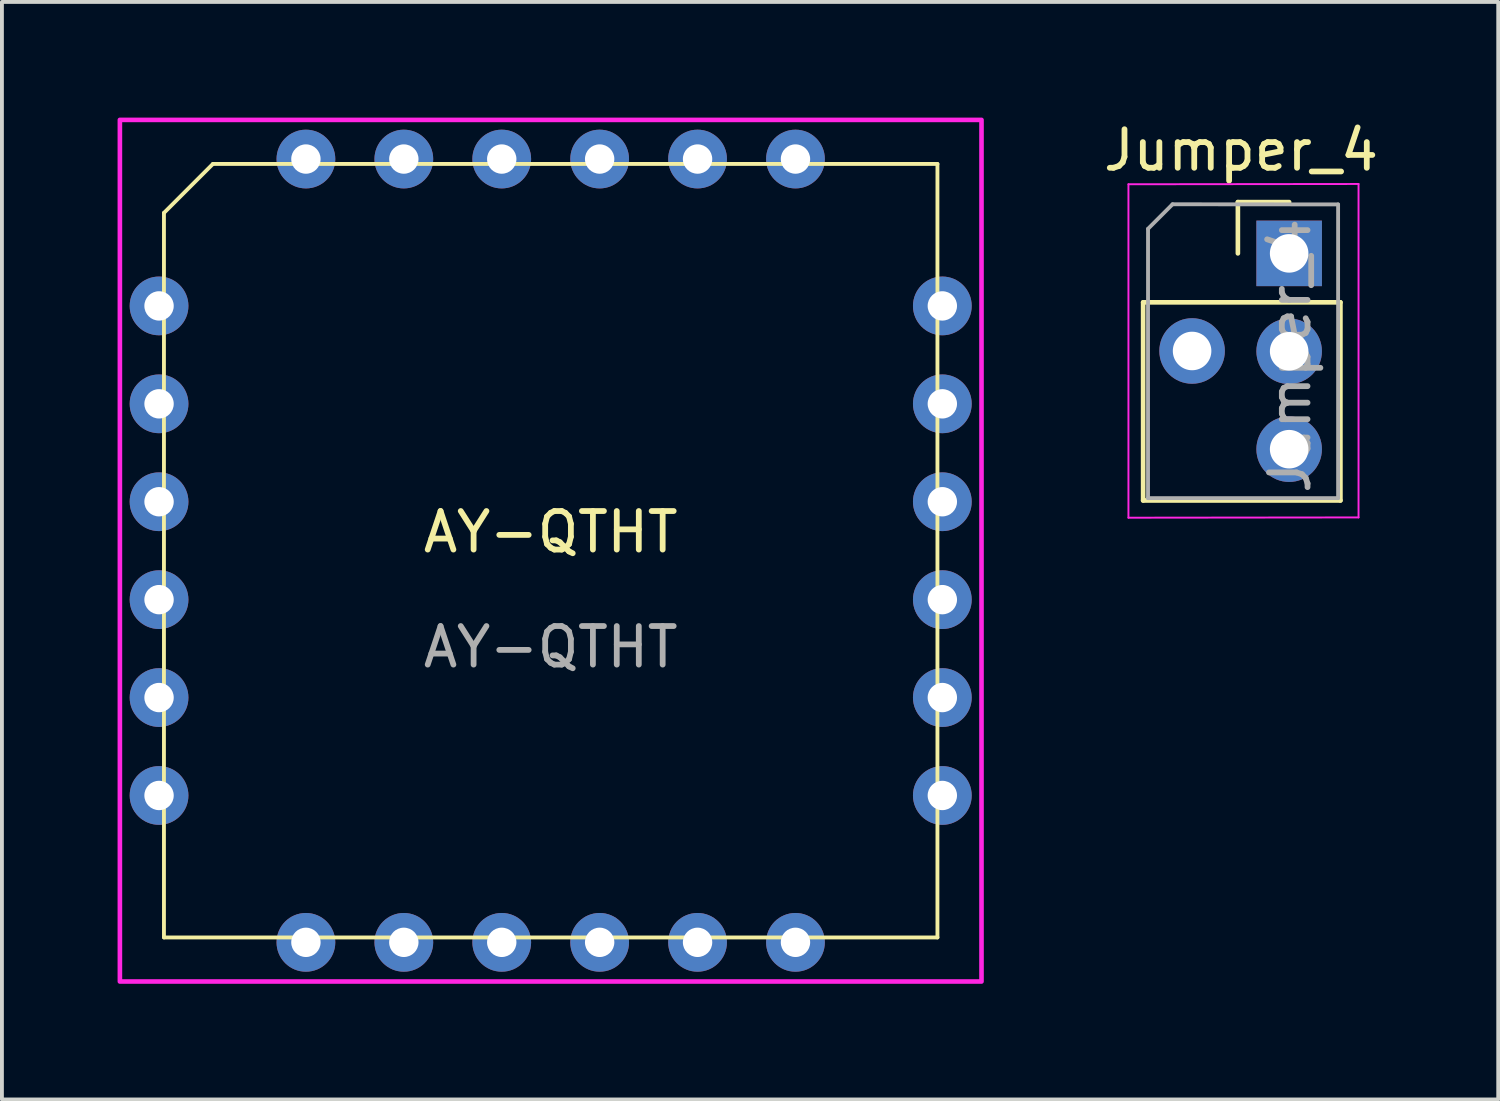
<source format=kicad_pcb>
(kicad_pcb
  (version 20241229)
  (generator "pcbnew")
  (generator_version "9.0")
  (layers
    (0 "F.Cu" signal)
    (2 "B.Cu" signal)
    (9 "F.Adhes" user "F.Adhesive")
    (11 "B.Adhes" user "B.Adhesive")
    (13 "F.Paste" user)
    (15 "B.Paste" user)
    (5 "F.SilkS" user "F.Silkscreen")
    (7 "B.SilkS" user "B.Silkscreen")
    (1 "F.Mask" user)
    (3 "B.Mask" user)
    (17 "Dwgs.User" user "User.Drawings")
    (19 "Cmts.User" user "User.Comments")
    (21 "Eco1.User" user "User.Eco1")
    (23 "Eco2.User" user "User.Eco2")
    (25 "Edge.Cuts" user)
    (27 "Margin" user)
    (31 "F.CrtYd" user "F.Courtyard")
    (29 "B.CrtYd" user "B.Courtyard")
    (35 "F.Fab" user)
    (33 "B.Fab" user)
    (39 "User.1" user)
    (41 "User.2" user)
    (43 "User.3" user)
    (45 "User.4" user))
  (footprint "Jumper_4"
    (layer "F.Cu")
    (at 29.399 6.182)
    (property "Reference" "Jumper_4" (at -0.254 -5.334 0) (unlocked yes) (layer "F.SilkS") (effects (font (size 1 1) (thickness 0.15))))
    (attr through_hole)
    (fp_line (start -2.794 -1.389) (end -2.794 3.751) (stroke (width 0.12) (type solid)) (layer "F.SilkS"))
    (fp_line (start -2.794 -1.389) (end 2.324 -1.389) (stroke (width 0.12) (type solid)) (layer "F.SilkS"))
    (fp_line (start -2.794 3.751) (end 2.324 3.751) (stroke (width 0.12) (type solid)) (layer "F.SilkS"))
    (fp_line (start -0.336 -3.989) (end 0.994 -3.989) (stroke (width 0.12) (type solid)) (layer "F.SilkS"))
    (fp_line (start -0.336 -2.659) (end -0.336 -3.989) (stroke (width 0.12) (type solid)) (layer "F.SilkS"))
    (fp_line (start 2.324 -1.389) (end 2.324 3.751) (stroke (width 0.12) (type solid)) (layer "F.SilkS"))
    (fp_line (start -3.175 -4.452) (end -3.175 4.198) (stroke (width 0.05) (type solid)) (layer "F.CrtYd"))
    (fp_line (start -3.175 4.198) (end 2.794 4.191) (stroke (width 0.05) (type solid)) (layer "F.CrtYd"))
    (fp_line (start 2.794 -4.459) (end -3.175 -4.452) (stroke (width 0.05) (type solid)) (layer "F.CrtYd"))
    (fp_line (start 2.794 4.191) (end 2.794 -4.459) (stroke (width 0.05) (type solid)) (layer "F.CrtYd"))
    (fp_line (start -2.667 3.691) (end -2.667 -3.294) (stroke (width 0.1) (type solid)) (layer "F.Fab"))
    (fp_line (start -2.666 -3.298) (end -2.031 -3.933) (stroke (width 0.1) (type solid)) (layer "F.Fab"))
    (fp_line (start -2.031 -3.933) (end 2.264 -3.929) (stroke (width 0.1) (type solid)) (layer "F.Fab"))
    (fp_line (start 2.264 -3.929) (end 2.264 3.691) (stroke (width 0.1) (type solid)) (layer "F.Fab"))
    (fp_line (start 2.264 3.691) (end -2.667 3.691) (stroke (width 0.1) (type solid)) (layer "F.Fab"))
    (fp_text user "${REFERENCE}" (at 1.016 0 90) (unlocked yes) (layer "F.Fab") (effects (font (size 1 1) (thickness 0.15))))
    (pad "1" thru_hole rect (at 0.994 -2.659) (size 1.7 1.7) (drill 1) (layers "*.Cu" "*.Mask"))
    (pad "2" thru_hole oval (at 0.994 2.421) (size 1.7 1.7) (drill 1) (layers "*.Cu" "*.Mask"))
    (pad "3" thru_hole oval (at -1.524 -0.127) (size 1.7 1.7) (drill 1) (layers "*.Cu" "*.Mask"))
    (pad "4" thru_hole oval (at 0.994 -0.119) (size 1.7 1.7) (drill 1) (layers "*.Cu" "*.Mask")))
  (footprint "AY-QTHT"
    (layer "F.Cu")
    (at 11.236 11.236)
    (property "Reference" "AY-QTHT" (at 0 -0.484 0) (unlocked yes) (layer "F.SilkS") (effects (font (size 1 1) (thickness 0.15))))
    (attr through_hole)
    (fp_line (start -10.033 -8.763) (end -8.763 -10.033) (stroke (width 0.1) (type default)) (layer "F.SilkS"))
    (fp_line (start -10.033 10.033) (end -10.033 -8.763) (stroke (width 0.1) (type default)) (layer "F.SilkS"))
    (fp_line (start -8.763 -10.033) (end 10.033 -10.033) (stroke (width 0.1) (type default)) (layer "F.SilkS"))
    (fp_line (start 10.033 -10.033) (end 10.033 10.033) (stroke (width 0.1) (type default)) (layer "F.SilkS"))
    (fp_line (start 10.033 10.033) (end -10.033 10.033) (stroke (width 0.1) (type default)) (layer "F.SilkS"))
    (fp_rect (start -11.176 -11.176) (end 11.176 11.176) (stroke (width 0.12) (type default)) (fill no) (layer "F.CrtYd"))
    (fp_text user "${REFERENCE}" (at 0 2.5 0) (unlocked yes) (layer "F.Fab") (effects (font (size 1 1) (thickness 0.15))))
    (pad "1" thru_hole circle (at -6.35 -10.16) (size 1.524 1.524) (drill 0.762) (layers "*.Cu" "*.Mask"))
    (pad "2" thru_hole circle (at -3.81 -10.16) (size 1.524 1.524) (drill 0.762) (layers "*.Cu" "*.Mask"))
    (pad "3" thru_hole circle (at -1.27 -10.16) (size 1.524 1.524) (drill 0.762) (layers "*.Cu" "*.Mask"))
    (pad "4" thru_hole circle (at 1.27 -10.16) (size 1.524 1.524) (drill 0.762) (layers "*.Cu" "*.Mask"))
    (pad "5" thru_hole circle (at 3.81 -10.16) (size 1.524 1.524) (drill 0.762) (layers "*.Cu" "*.Mask"))
    (pad "6" thru_hole circle (at 6.35 -10.16) (size 1.524 1.524) (drill 0.762) (layers "*.Cu" "*.Mask"))
    (pad "7" thru_hole circle (at 10.16 -6.35 90) (size 1.524 1.524) (drill 0.762) (layers "*.Cu" "*.Mask"))
    (pad "8" thru_hole circle (at 10.16 -3.81 90) (size 1.524 1.524) (drill 0.762) (layers "*.Cu" "*.Mask"))
    (pad "9" thru_hole circle (at 10.16 -1.27 90) (size 1.524 1.524) (drill 0.762) (layers "*.Cu" "*.Mask"))
    (pad "10" thru_hole circle (at 10.16 1.27 90) (size 1.524 1.524) (drill 0.762) (layers "*.Cu" "*.Mask"))
    (pad "11" thru_hole circle (at 10.16 3.81 90) (size 1.524 1.524) (drill 0.762) (layers "*.Cu" "*.Mask"))
    (pad "12" thru_hole circle (at 10.16 6.35 90) (size 1.524 1.524) (drill 0.762) (layers "*.Cu" "*.Mask"))
    (pad "13" thru_hole circle (at 6.35 10.16 180) (size 1.524 1.524) (drill 0.762) (layers "*.Cu" "*.Mask"))
    (pad "14" thru_hole circle (at 3.81 10.16 180) (size 1.524 1.524) (drill 0.762) (layers "*.Cu" "*.Mask"))
    (pad "15" thru_hole circle (at 1.27 10.16 180) (size 1.524 1.524) (drill 0.762) (layers "*.Cu" "*.Mask"))
    (pad "16" thru_hole circle (at -1.27 10.16 180) (size 1.524 1.524) (drill 0.762) (layers "*.Cu" "*.Mask"))
    (pad "17" thru_hole circle (at -3.81 10.16 180) (size 1.524 1.524) (drill 0.762) (layers "*.Cu" "*.Mask"))
    (pad "18" thru_hole circle (at -6.35 10.16 180) (size 1.524 1.524) (drill 0.762) (layers "*.Cu" "*.Mask"))
    (pad "19" thru_hole circle (at -10.16 6.35 270) (size 1.524 1.524) (drill 0.762) (layers "*.Cu" "*.Mask"))
    (pad "20" thru_hole circle (at -10.16 3.81 270) (size 1.524 1.524) (drill 0.762) (layers "*.Cu" "*.Mask"))
    (pad "21" thru_hole circle (at -10.16 1.27 270) (size 1.524 1.524) (drill 0.762) (layers "*.Cu" "*.Mask"))
    (pad "22" thru_hole circle (at -10.16 -1.27 270) (size 1.524 1.524) (drill 0.762) (layers "*.Cu" "*.Mask"))
    (pad "23" thru_hole circle (at -10.16 -3.81 270) (size 1.524 1.524) (drill 0.762) (layers "*.Cu" "*.Mask"))
    (pad "24" thru_hole circle (at -10.16 -6.35 270) (size 1.524 1.524) (drill 0.762) (layers "*.Cu" "*.Mask")))
  (gr_rect
    (start -3 -3)
    (end 35.817 25.472)
    (stroke (width 0.1) (type default))
    (fill no)
    (layer "Edge.Cuts")))
</source>
